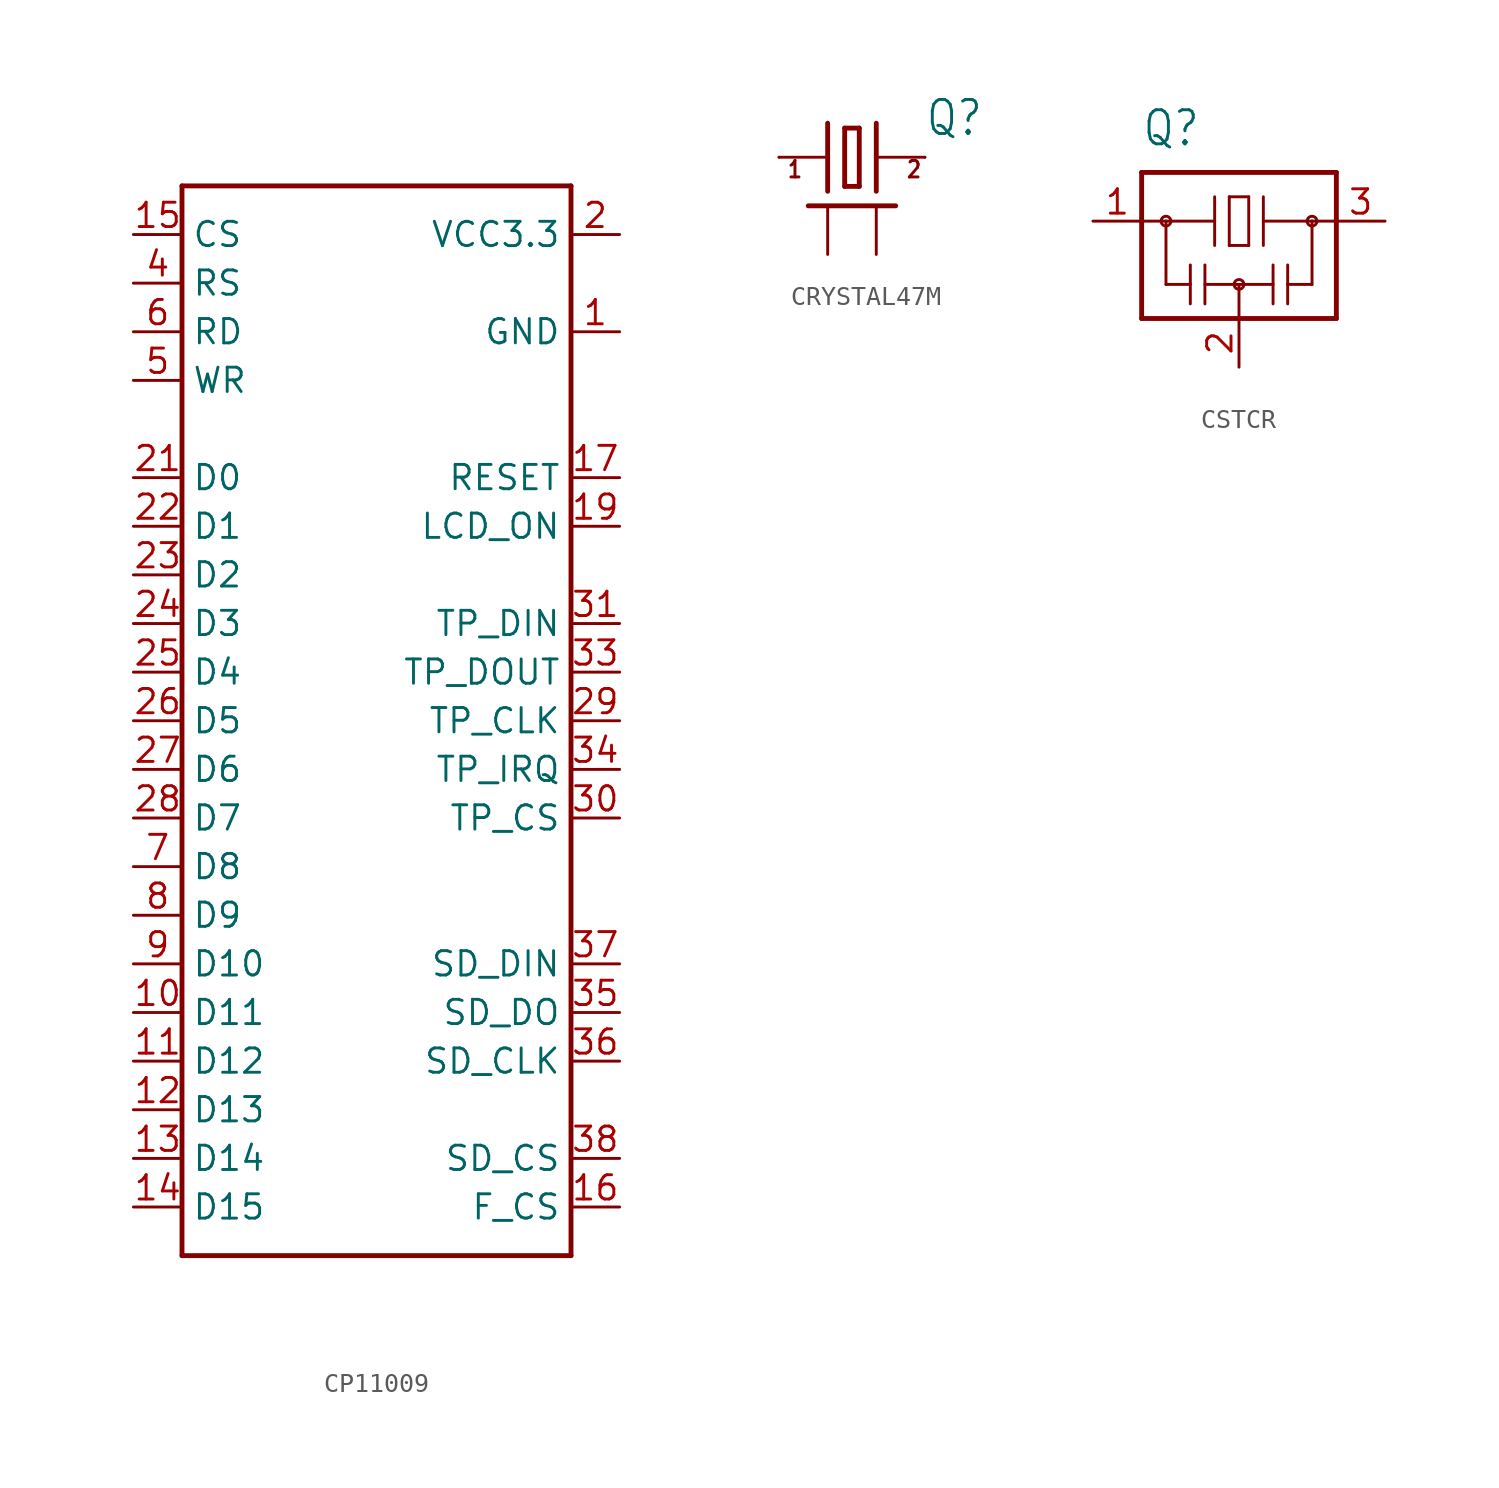
<source format=kicad_sym>
(kicad_symbol_lib
  (version 20231120)
  (generator "kicad_symbol_editor")
  (generator_version "8.0")
  (symbol "CP11009"
    (property "Reference" "IC"
      (at -9.906 28.448 0)
      (effects (font (size 1.778 1.511)) (justify left bottom) (hide yes)))
    (property "ki_locked" ""
      (at 0 0 0)
      (effects (font (size 1.27 1.27))))
    (symbol "CP11009_1_0"
      (polyline (pts (xy -10.16 -27.94) (xy -10.16 27.94)) (stroke (width 0.254) (type solid)) (fill (type none)))
      (polyline (pts (xy -10.16 27.94) (xy 10.16 27.94)) (stroke (width 0.254) (type solid)) (fill (type none)))
      (polyline (pts (xy 10.16 -27.94) (xy -10.16 -27.94)) (stroke (width 0.254) (type solid)) (fill (type none)))
      (polyline (pts (xy 10.16 27.94) (xy 10.16 -27.94)) (stroke (width 0.254) (type solid)) (fill (type none)))
      (pin power_in line (at 12.7 20.32 180) (length 2.54) (name "GND" (effects (font (size 1.27 1.27)))) (number "1" (effects (font (size 1.27 1.27)))))
      (pin bidirectional line (at -12.7 -15.24 0) (length 2.54) (name "D11" (effects (font (size 1.27 1.27)))) (number "10" (effects (font (size 1.27 1.27)))))
      (pin bidirectional line (at -12.7 -17.78 0) (length 2.54) (name "D12" (effects (font (size 1.27 1.27)))) (number "11" (effects (font (size 1.27 1.27)))))
      (pin bidirectional line (at -12.7 -20.32 0) (length 2.54) (name "D13" (effects (font (size 1.27 1.27)))) (number "12" (effects (font (size 1.27 1.27)))))
      (pin bidirectional line (at -12.7 -22.86 0) (length 2.54) (name "D14" (effects (font (size 1.27 1.27)))) (number "13" (effects (font (size 1.27 1.27)))))
      (pin bidirectional line (at -12.7 -25.4 0) (length 2.54) (name "D15" (effects (font (size 1.27 1.27)))) (number "14" (effects (font (size 1.27 1.27)))))
      (pin bidirectional line (at -12.7 25.4 0) (length 2.54) (name "CS" (effects (font (size 1.27 1.27)))) (number "15" (effects (font (size 1.27 1.27)))))
      (pin bidirectional line (at 12.7 -25.4 180) (length 2.54) (name "F_CS" (effects (font (size 1.27 1.27)))) (number "16" (effects (font (size 1.27 1.27)))))
      (pin bidirectional line (at 12.7 12.7 180) (length 2.54) (name "RESET" (effects (font (size 1.27 1.27)))) (number "17" (effects (font (size 1.27 1.27)))))
      (pin bidirectional line (at 12.7 10.16 180) (length 2.54) (name "LCD_ON" (effects (font (size 1.27 1.27)))) (number "19" (effects (font (size 1.27 1.27)))))
      (pin power_in line (at 12.7 25.4 180) (length 2.54) (name "VCC3.3" (effects (font (size 1.27 1.27)))) (number "2" (effects (font (size 1.27 1.27)))))
      (pin bidirectional line (at -12.7 12.7 0) (length 2.54) (name "D0" (effects (font (size 1.27 1.27)))) (number "21" (effects (font (size 1.27 1.27)))))
      (pin bidirectional line (at -12.7 10.16 0) (length 2.54) (name "D1" (effects (font (size 1.27 1.27)))) (number "22" (effects (font (size 1.27 1.27)))))
      (pin bidirectional line (at -12.7 7.62 0) (length 2.54) (name "D2" (effects (font (size 1.27 1.27)))) (number "23" (effects (font (size 1.27 1.27)))))
      (pin bidirectional line (at -12.7 5.08 0) (length 2.54) (name "D3" (effects (font (size 1.27 1.27)))) (number "24" (effects (font (size 1.27 1.27)))))
      (pin bidirectional line (at -12.7 2.54 0) (length 2.54) (name "D4" (effects (font (size 1.27 1.27)))) (number "25" (effects (font (size 1.27 1.27)))))
      (pin bidirectional line (at -12.7 0 0) (length 2.54) (name "D5" (effects (font (size 1.27 1.27)))) (number "26" (effects (font (size 1.27 1.27)))))
      (pin bidirectional line (at -12.7 -2.54 0) (length 2.54) (name "D6" (effects (font (size 1.27 1.27)))) (number "27" (effects (font (size 1.27 1.27)))))
      (pin bidirectional line (at -12.7 -5.08 0) (length 2.54) (name "D7" (effects (font (size 1.27 1.27)))) (number "28" (effects (font (size 1.27 1.27)))))
      (pin bidirectional line (at 12.7 0 180) (length 2.54) (name "TP_CLK" (effects (font (size 1.27 1.27)))) (number "29" (effects (font (size 1.27 1.27)))))
      (pin bidirectional line (at 12.7 -5.08 180) (length 2.54) (name "TP_CS" (effects (font (size 1.27 1.27)))) (number "30" (effects (font (size 1.27 1.27)))))
      (pin bidirectional line (at 12.7 5.08 180) (length 2.54) (name "TP_DIN" (effects (font (size 1.27 1.27)))) (number "31" (effects (font (size 1.27 1.27)))))
      (pin bidirectional line (at 12.7 2.54 180) (length 2.54) (name "TP_DOUT" (effects (font (size 1.27 1.27)))) (number "33" (effects (font (size 1.27 1.27)))))
      (pin bidirectional line (at 12.7 -2.54 180) (length 2.54) (name "TP_IRQ" (effects (font (size 1.27 1.27)))) (number "34" (effects (font (size 1.27 1.27)))))
      (pin bidirectional line (at 12.7 -15.24 180) (length 2.54) (name "SD_DO" (effects (font (size 1.27 1.27)))) (number "35" (effects (font (size 1.27 1.27)))))
      (pin bidirectional line (at 12.7 -17.78 180) (length 2.54) (name "SD_CLK" (effects (font (size 1.27 1.27)))) (number "36" (effects (font (size 1.27 1.27)))))
      (pin bidirectional line (at 12.7 -12.7 180) (length 2.54) (name "SD_DIN" (effects (font (size 1.27 1.27)))) (number "37" (effects (font (size 1.27 1.27)))))
      (pin bidirectional line (at 12.7 -22.86 180) (length 2.54) (name "SD_CS" (effects (font (size 1.27 1.27)))) (number "38" (effects (font (size 1.27 1.27)))))
      (pin bidirectional line (at -12.7 22.86 0) (length 2.54) (name "RS" (effects (font (size 1.27 1.27)))) (number "4" (effects (font (size 1.27 1.27)))))
      (pin bidirectional line (at -12.7 17.78 0) (length 2.54) (name "WR" (effects (font (size 1.27 1.27)))) (number "5" (effects (font (size 1.27 1.27)))))
      (pin bidirectional line (at -12.7 20.32 0) (length 2.54) (name "RD" (effects (font (size 1.27 1.27)))) (number "6" (effects (font (size 1.27 1.27)))))
      (pin bidirectional line (at -12.7 -7.62 0) (length 2.54) (name "D8" (effects (font (size 1.27 1.27)))) (number "7" (effects (font (size 1.27 1.27)))))
      (pin bidirectional line (at -12.7 -10.16 0) (length 2.54) (name "D9" (effects (font (size 1.27 1.27)))) (number "8" (effects (font (size 1.27 1.27)))))
      (pin bidirectional line (at -12.7 -12.7 0) (length 2.54) (name "D10" (effects (font (size 1.27 1.27)))) (number "9" (effects (font (size 1.27 1.27)))))))
  (symbol "CRYSTAL47M"
    (property "Reference" "Q"
      (at 5.08 1.016 0)
      (effects (font (size 1.778 1.511)) (justify left bottom)))
    (property "Value" ""
      (at 5.08 -2.54 0)
      (effects (font (size 1.778 1.511)) (justify left bottom)))
    (property "ki_locked" ""
      (at 0 0 0)
      (effects (font (size 1.27 1.27))))
    (symbol "CRYSTAL47M_1_0"
      (polyline (pts (xy -2.54 0) (xy 0 0)) (stroke (width 0.152) (type solid)) (fill (type none)))
      (polyline (pts (xy -1.016 -2.54) (xy 3.556 -2.54)) (stroke (width 0.254) (type solid)) (fill (type none)))
      (polyline (pts (xy 0 1.778) (xy 0 -1.778)) (stroke (width 0.254) (type solid)) (fill (type none)))
      (polyline (pts (xy 0.889 -1.524) (xy 1.651 -1.524)) (stroke (width 0.254) (type solid)) (fill (type none)))
      (polyline (pts (xy 0.889 1.524) (xy 0.889 -1.524)) (stroke (width 0.254) (type solid)) (fill (type none)))
      (polyline (pts (xy 1.651 -1.524) (xy 1.651 1.524)) (stroke (width 0.254) (type solid)) (fill (type none)))
      (polyline (pts (xy 1.651 1.524) (xy 0.889 1.524)) (stroke (width 0.254) (type solid)) (fill (type none)))
      (polyline (pts (xy 2.54 0) (xy 5.08 0)) (stroke (width 0.152) (type solid)) (fill (type none)))
      (polyline (pts (xy 2.54 1.778) (xy 2.54 -1.778)) (stroke (width 0.254) (type solid)) (fill (type none)))
      (text "1" (at -2.159 -1.143 0) (effects (font (size 0.864 0.734)) (justify left bottom)))
      (text "2" (at 4.064 -1.143 0) (effects (font (size 0.864 0.734)) (justify left bottom)))
      (pin passive line (at -2.54 0 0) (length 0) (name "1" (effects (font (size 0 0)))) (number "1" (effects (font (size 0 0)))))
      (pin bidirectional line (at 0 -5.08 90) (length 2.54) (name "GND1" (effects (font (size 0 0)))) (number "2" (effects (font (size 0 0)))))
      (pin passive line (at 5.08 0 180) (length 0) (name "2" (effects (font (size 0 0)))) (number "3" (effects (font (size 0 0)))))
      (pin bidirectional line (at 2.54 -5.08 90) (length 2.54) (name "GND2" (effects (font (size 0 0)))) (number "4" (effects (font (size 0 0)))))))
  (symbol "CSTCR"
    (property "Reference" "Q"
      (at -5.08 3.81 0)
      (effects (font (size 1.778 1.511)) (justify left bottom)))
    (property "Value" ""
      (at 2.54 -7.62 0)
      (effects (font (size 1.778 1.511)) (justify left bottom)))
    (property "ki_locked" ""
      (at 0 0 0)
      (effects (font (size 1.27 1.27))))
    (symbol "CSTCR_1_0"
      (circle (center -3.81 0) (radius 0.254) (stroke (width 0) (type solid)) (fill (type none)))
      (circle (center 0 -3.302) (radius 0.254) (stroke (width 0) (type solid)) (fill (type none)))
      (polyline (pts (xy -5.08 -5.08) (xy -5.08 0)) (stroke (width 0.254) (type solid)) (fill (type none)))
      (polyline (pts (xy -5.08 0) (xy -5.08 2.54)) (stroke (width 0.254) (type solid)) (fill (type none)))
      (polyline (pts (xy -5.08 0) (xy -3.81 0)) (stroke (width 0.152) (type solid)) (fill (type none)))
      (polyline (pts (xy -5.08 2.54) (xy 5.08 2.54)) (stroke (width 0.254) (type solid)) (fill (type none)))
      (polyline (pts (xy -3.81 -3.302) (xy -3.81 0)) (stroke (width 0.152) (type solid)) (fill (type none)))
      (polyline (pts (xy -3.81 0) (xy -1.27 0)) (stroke (width 0.152) (type solid)) (fill (type none)))
      (polyline (pts (xy -2.54 -3.302) (xy -3.81 -3.302)) (stroke (width 0.152) (type solid)) (fill (type none)))
      (polyline (pts (xy -2.54 -3.302) (xy -2.54 -4.318)) (stroke (width 0.152) (type solid)) (fill (type none)))
      (polyline (pts (xy -2.54 -2.286) (xy -2.54 -3.302)) (stroke (width 0.152) (type solid)) (fill (type none)))
      (polyline (pts (xy -1.778 -2.286) (xy -1.778 -4.318)) (stroke (width 0.152) (type solid)) (fill (type none)))
      (polyline (pts (xy -1.27 0) (xy -1.27 -1.27)) (stroke (width 0.152) (type solid)) (fill (type none)))
      (polyline (pts (xy -1.27 0) (xy -1.27 1.27)) (stroke (width 0.152) (type solid)) (fill (type none)))
      (polyline (pts (xy -0.508 -1.27) (xy 0.508 -1.27)) (stroke (width 0.152) (type solid)) (fill (type none)))
      (polyline (pts (xy -0.508 1.27) (xy -0.508 -1.27)) (stroke (width 0.152) (type solid)) (fill (type none)))
      (polyline (pts (xy 0 -5.08) (xy -5.08 -5.08)) (stroke (width 0.254) (type solid)) (fill (type none)))
      (polyline (pts (xy 0 -5.08) (xy 0 -3.302)) (stroke (width 0.152) (type solid)) (fill (type none)))
      (polyline (pts (xy 0 -3.302) (xy -1.778 -3.302)) (stroke (width 0.152) (type solid)) (fill (type none)))
      (polyline (pts (xy 0 -3.302) (xy 1.778 -3.302)) (stroke (width 0.152) (type solid)) (fill (type none)))
      (polyline (pts (xy 0.508 -1.27) (xy 0.508 1.27)) (stroke (width 0.152) (type solid)) (fill (type none)))
      (polyline (pts (xy 0.508 1.27) (xy -0.508 1.27)) (stroke (width 0.152) (type solid)) (fill (type none)))
      (polyline (pts (xy 1.27 0) (xy 1.27 -1.27)) (stroke (width 0.152) (type solid)) (fill (type none)))
      (polyline (pts (xy 1.27 0) (xy 3.81 0)) (stroke (width 0.152) (type solid)) (fill (type none)))
      (polyline (pts (xy 1.27 1.27) (xy 1.27 0)) (stroke (width 0.152) (type solid)) (fill (type none)))
      (polyline (pts (xy 1.778 -2.286) (xy 1.778 -4.318)) (stroke (width 0.152) (type solid)) (fill (type none)))
      (polyline (pts (xy 2.54 -3.302) (xy 2.54 -4.318)) (stroke (width 0.152) (type solid)) (fill (type none)))
      (polyline (pts (xy 2.54 -3.302) (xy 3.81 -3.302)) (stroke (width 0.152) (type solid)) (fill (type none)))
      (polyline (pts (xy 2.54 -2.286) (xy 2.54 -3.302)) (stroke (width 0.152) (type solid)) (fill (type none)))
      (polyline (pts (xy 3.81 -3.302) (xy 3.81 0)) (stroke (width 0.152) (type solid)) (fill (type none)))
      (polyline (pts (xy 3.81 0) (xy 5.08 0)) (stroke (width 0.152) (type solid)) (fill (type none)))
      (polyline (pts (xy 5.08 -5.08) (xy 0 -5.08)) (stroke (width 0.254) (type solid)) (fill (type none)))
      (polyline (pts (xy 5.08 0) (xy 5.08 -5.08)) (stroke (width 0.254) (type solid)) (fill (type none)))
      (polyline (pts (xy 5.08 2.54) (xy 5.08 0)) (stroke (width 0.254) (type solid)) (fill (type none)))
      (circle (center 3.81 0) (radius 0.254) (stroke (width 0) (type solid)) (fill (type none)))
      (pin passive line (at -7.62 0 0) (length 2.54) (name "1" (effects (font (size 0 0)))) (number "1" (effects (font (size 1.27 1.27)))))
      (pin passive line (at 0 -7.62 90) (length 2.54) (name "2" (effects (font (size 0 0)))) (number "2" (effects (font (size 1.27 1.27)))))
      (pin passive line (at 7.62 0 180) (length 2.54) (name "3" (effects (font (size 0 0)))) (number "3" (effects (font (size 1.27 1.27))))))))
</source>
